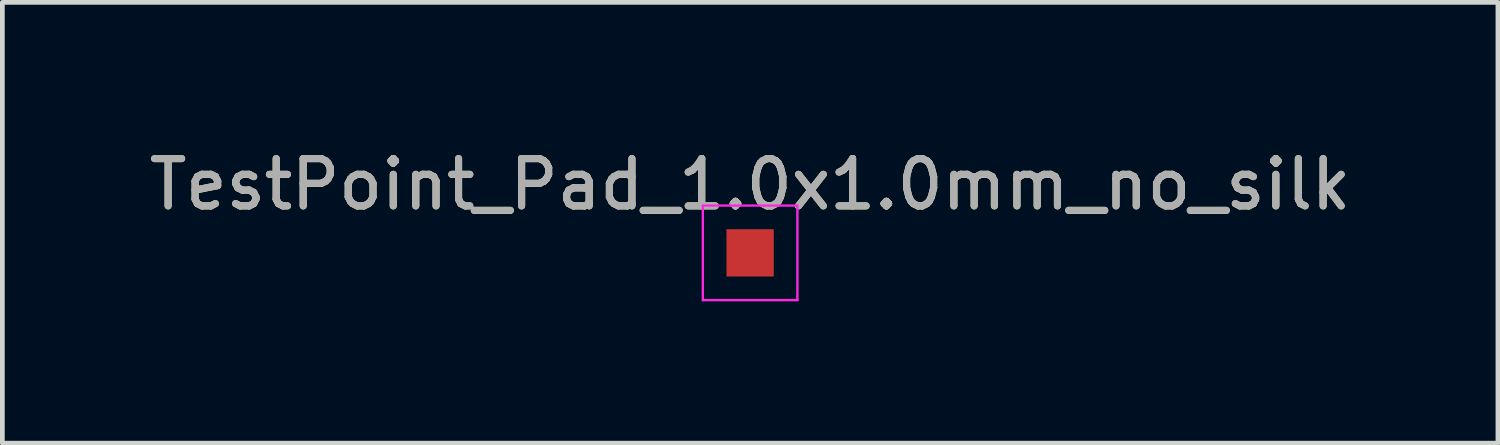
<source format=kicad_pcb>
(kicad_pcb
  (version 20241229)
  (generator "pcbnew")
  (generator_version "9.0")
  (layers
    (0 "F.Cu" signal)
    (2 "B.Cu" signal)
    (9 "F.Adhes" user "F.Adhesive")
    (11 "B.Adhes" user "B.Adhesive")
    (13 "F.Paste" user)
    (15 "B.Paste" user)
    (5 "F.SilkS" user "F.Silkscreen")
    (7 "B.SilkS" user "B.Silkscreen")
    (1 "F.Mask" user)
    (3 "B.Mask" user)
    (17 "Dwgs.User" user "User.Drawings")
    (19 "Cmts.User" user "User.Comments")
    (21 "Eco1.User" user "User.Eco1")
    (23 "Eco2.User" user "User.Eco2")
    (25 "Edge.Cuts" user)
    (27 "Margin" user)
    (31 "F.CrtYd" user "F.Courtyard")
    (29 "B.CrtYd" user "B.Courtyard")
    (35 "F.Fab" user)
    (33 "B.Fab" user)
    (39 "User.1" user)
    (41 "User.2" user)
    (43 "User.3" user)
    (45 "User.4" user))
  (footprint "TestPoint_Pad_1.0x1.0mm_no_silk"
    (layer "F.Cu")
    (at 12.815 2.298)
    (property "Reference" "TestPoint_Pad_1.0x1.0mm_no_silk" (at 0 -1.448 0) (layer "F.SilkS") (effects (font (size 1 1) (thickness 0.15))))
    (attr exclude_from_pos_files exclude_from_bom)
    (fp_line (start -1 -1) (end -1 1) (stroke (width 0.05) (type solid)) (layer "F.CrtYd"))
    (fp_line (start -1 -1) (end 1 -1) (stroke (width 0.05) (type solid)) (layer "F.CrtYd"))
    (fp_line (start 1 1) (end -1 1) (stroke (width 0.05) (type solid)) (layer "F.CrtYd"))
    (fp_line (start 1 1) (end 1 -1) (stroke (width 0.05) (type solid)) (layer "F.CrtYd"))
    (fp_text user "${REFERENCE}" (at 0 -1.45 0) (layer "F.Fab") (effects (font (size 1 1) (thickness 0.15))))
    (pad "1" smd rect (at 0 0) (size 1 1) (layers "F.Cu" "F.Mask")))
  (gr_rect
    (start -3 -3)
    (end 28.631 6.323)
    (stroke (width 0.1) (type default))
    (fill no)
    (layer "Edge.Cuts")))
</source>
